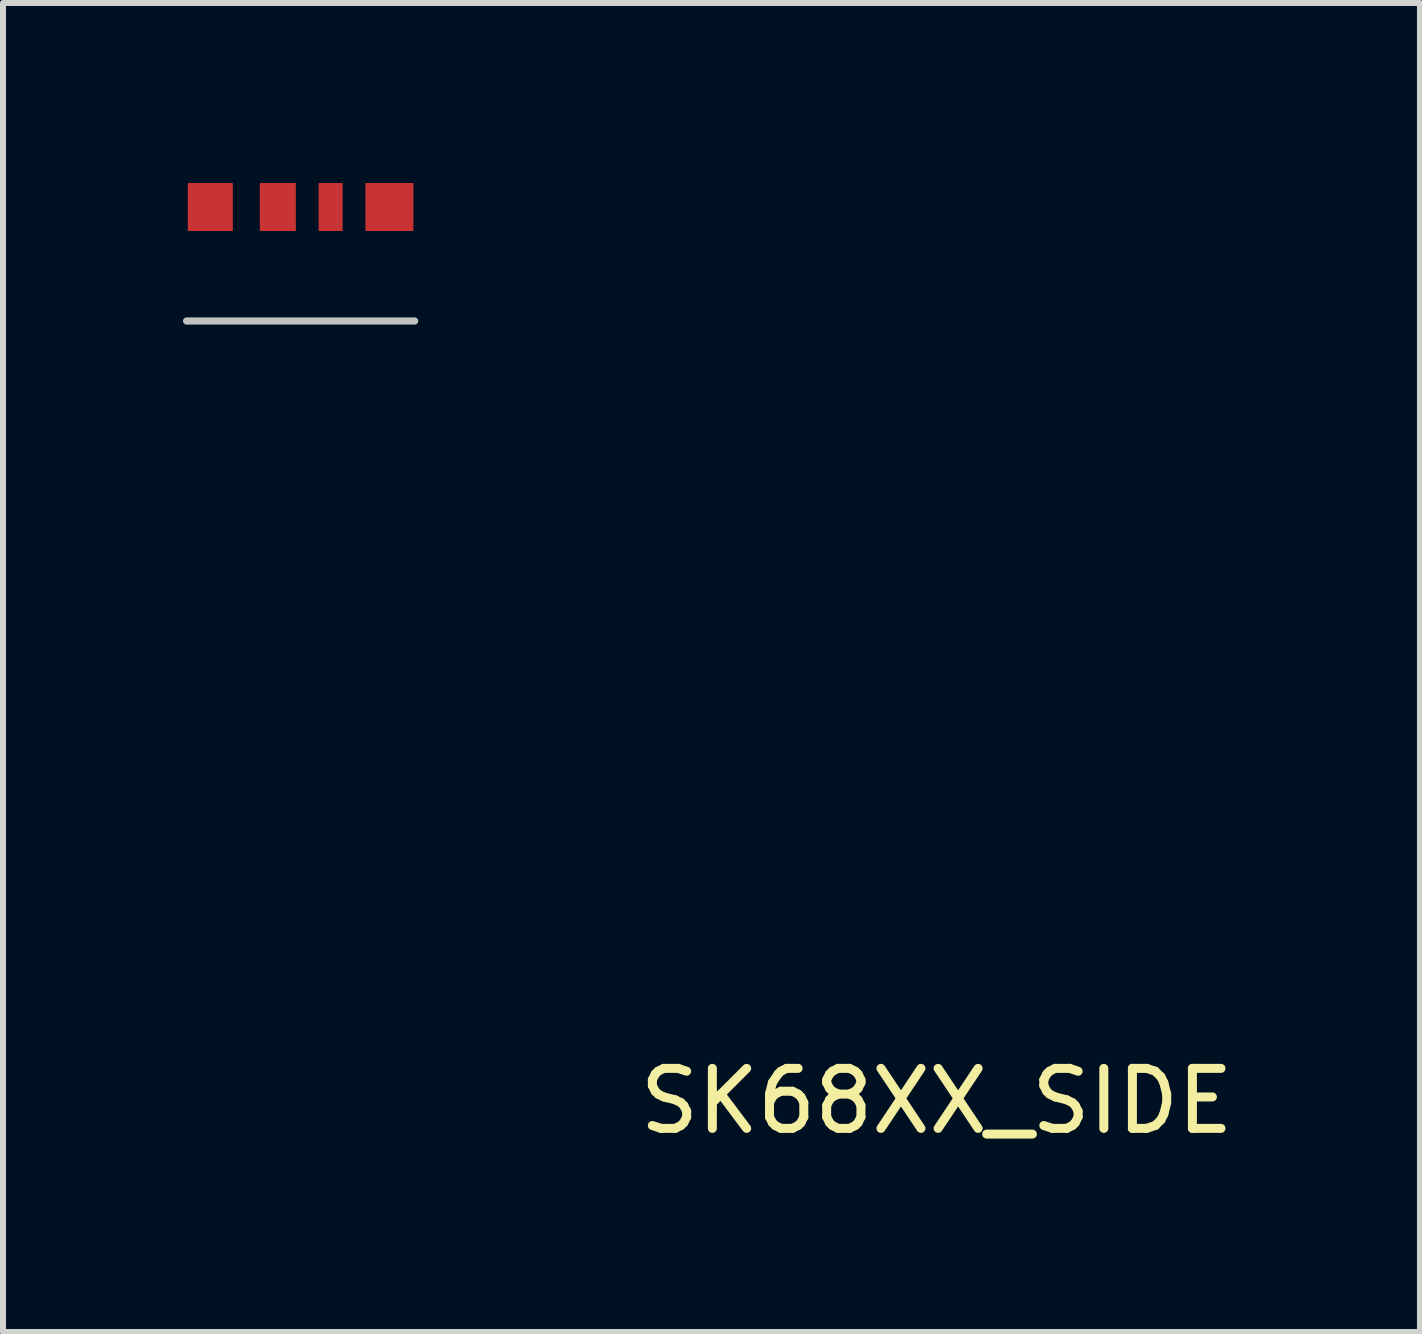
<source format=kicad_pcb>
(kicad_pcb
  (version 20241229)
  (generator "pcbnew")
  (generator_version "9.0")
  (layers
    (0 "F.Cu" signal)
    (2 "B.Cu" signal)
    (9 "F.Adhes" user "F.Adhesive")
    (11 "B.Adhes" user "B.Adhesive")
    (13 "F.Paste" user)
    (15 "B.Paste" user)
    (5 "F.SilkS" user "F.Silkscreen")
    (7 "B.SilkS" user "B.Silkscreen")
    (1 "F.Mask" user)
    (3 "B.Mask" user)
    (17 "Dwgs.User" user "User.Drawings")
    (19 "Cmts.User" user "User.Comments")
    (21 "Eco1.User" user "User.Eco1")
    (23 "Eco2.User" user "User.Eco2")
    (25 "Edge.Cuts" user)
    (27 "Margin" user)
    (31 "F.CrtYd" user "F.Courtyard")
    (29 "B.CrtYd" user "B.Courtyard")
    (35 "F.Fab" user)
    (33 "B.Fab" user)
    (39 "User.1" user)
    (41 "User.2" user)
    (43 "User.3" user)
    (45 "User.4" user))
  (footprint "SK68XX_SIDE"
    (layer "F.Cu")
    (at 2.06 0.8)
    (property "Reference" "SK68XX_SIDE" (at 10.5 14.5 0) (layer "F.SilkS") (effects (font (size 1 1) (thickness 0.15))))
    (attr through_hole)
    (fp_line (start -2 1.5) (end 1.8 1.5) (stroke (width 0.12) (type solid)) (layer "Dwgs.User"))
    (pad "1" smd rect (at -1.605 -0.4) (size 0.75 0.8) (layers "F.Cu" "F.Mask" "F.Paste"))
    (pad "2" smd rect (at -0.48 -0.4) (size 0.6 0.8) (layers "F.Cu" "F.Mask" "F.Paste"))
    (pad "3" smd rect (at 0.4 -0.4) (size 0.4 0.8) (layers "F.Cu" "F.Mask" "F.Paste"))
    (pad "4" smd rect (at 1.38 -0.4) (size 0.8 0.8) (layers "F.Cu" "F.Mask" "F.Paste")))
  (gr_rect
    (start -3 -3)
    (end 20.614 19.148)
    (stroke (width 0.1) (type default))
    (fill no)
    (layer "Edge.Cuts")))
</source>
